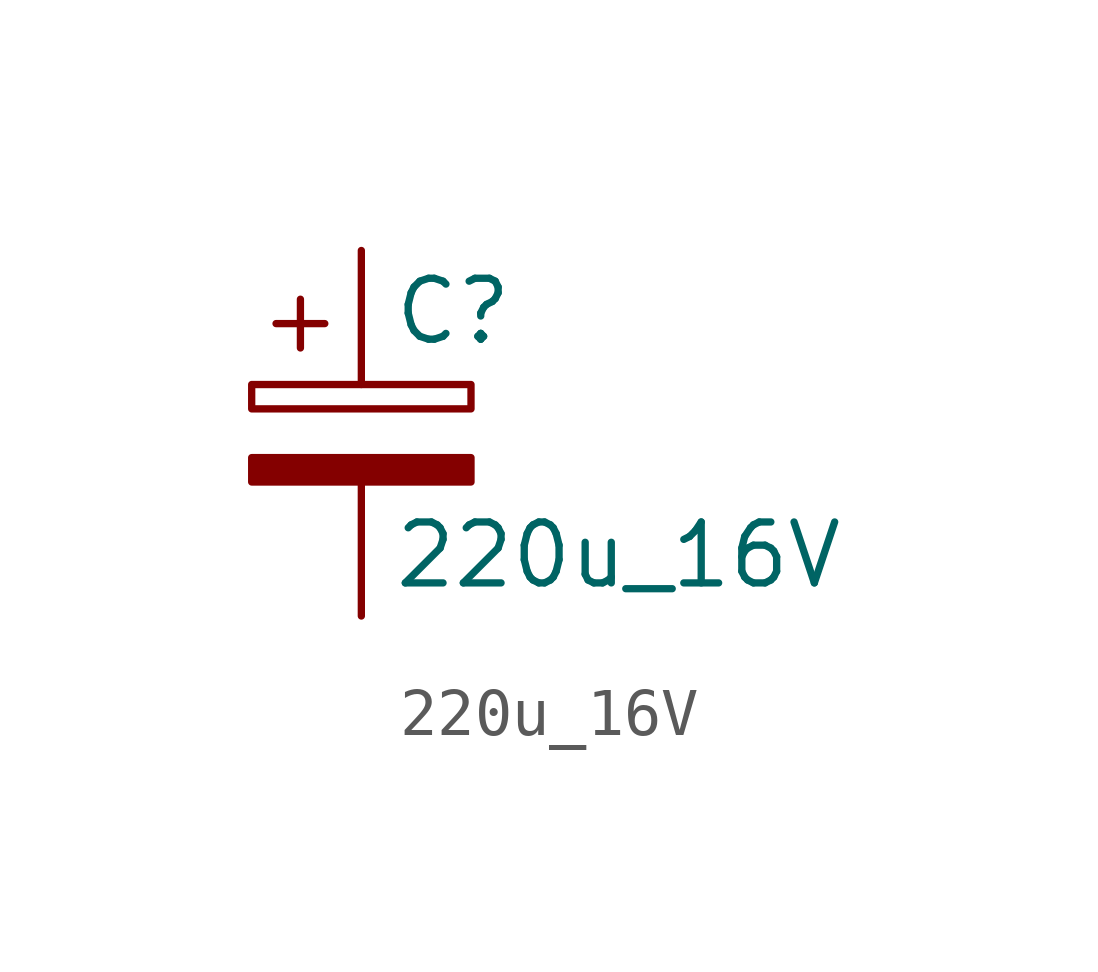
<source format=kicad_sym>
(kicad_symbol_lib
  (version 20220914)
  (generator kicad_db_lib)
  (symbol "220u_16V"
    (pin_numbers hide)
    (pin_names
      (offset 0.254))
    (property "Reference" "C"
      (at 0.635 2.54 0)
      (effects (font (size 1.27 1.27)) (justify left)))
    (property "Value" "220u_16V"
      (at 0.635 -2.54 0)
      (effects (font (size 1.27 1.27)) (justify left)))
    (symbol "220u_16V_0_1"
      (rectangle (start -2.286 0.508) (end 2.286 1.016) (stroke (width 0) (type default)) (fill (type none)))
      (polyline (pts (xy -1.778 2.286) (xy -0.762 2.286)) (stroke (width 0) (type default)) (fill (type none)))
      (polyline (pts (xy -1.27 2.794) (xy -1.27 1.778)) (stroke (width 0) (type default)) (fill (type none)))
      (rectangle (start 2.286 -0.508) (end -2.286 -1.016) (stroke (width 0) (type default)) (fill (type outline))))
    (symbol "220u_16V_1_1"
      (pin passive line (at 0 3.81 270) (length 2.794) (name "~" (effects (font (size 1.27 1.27)))) (number "1" (effects (font (size 1.27 1.27)))))
      (pin passive line (at 0 -3.81 90) (length 2.794) (name "~" (effects (font (size 1.27 1.27)))) (number "2" (effects (font (size 1.27 1.27))))))))
</source>
